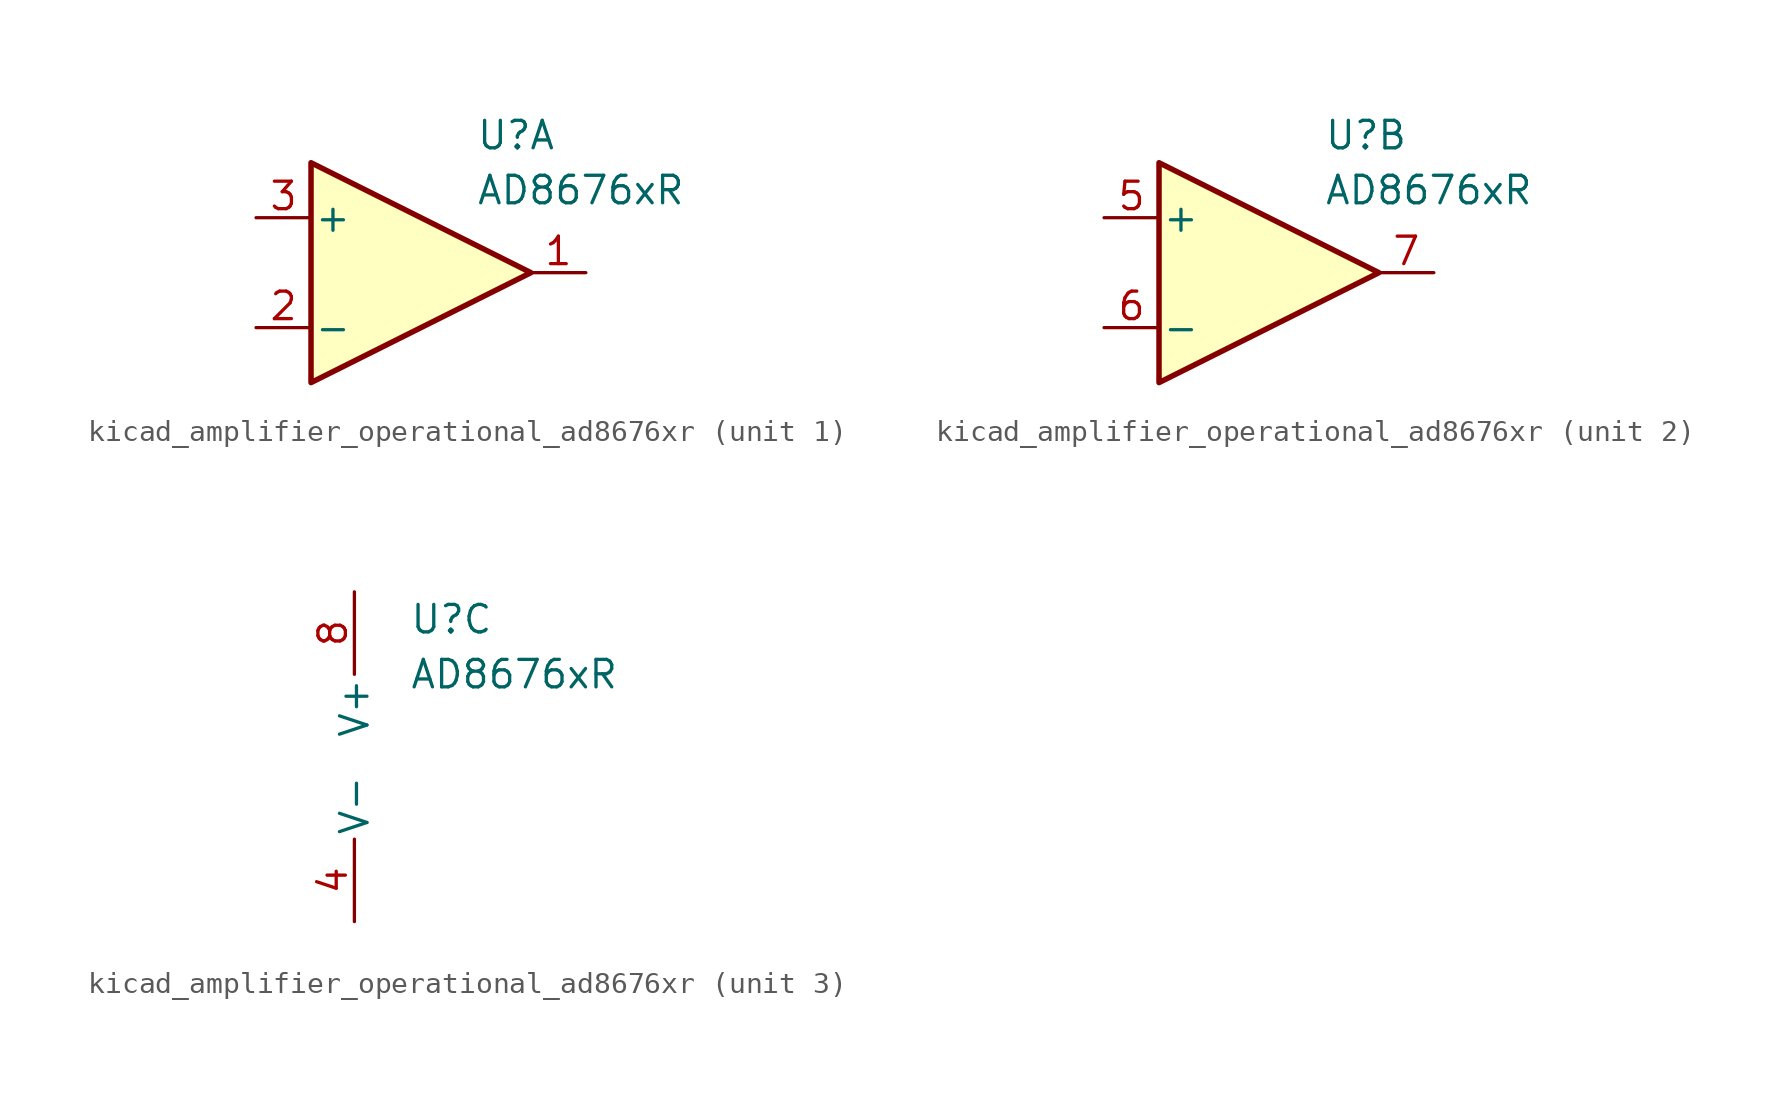
<source format=kicad_sym>
(kicad_symbol_lib
  (version 20220914)
  (generator kicad_symbol_editor)
  (symbol "kicad_amplifier_operational_ad8676xr"
    (pin_names
      (offset 0.127))
    (property "Reference" "U"
      (at 2.54 6.35 0)
      (effects (font (size 1.27 1.27)) (justify left)))
    (property "Value" "AD8676xR"
      (at 2.54 3.81 0)
      (effects (font (size 1.27 1.27)) (justify left)))
    (property "ki_locked" ""
      (at 0 0 0)
      (effects (font (size 1.27 1.27))))
    (symbol "kicad_amplifier_operational_ad8676xr_1_1"
      (polyline (pts (xy 5.08 0) (xy -5.08 5.08) (xy -5.08 -5.08) (xy 5.08 0)) (stroke (width 0.254) (type default)) (fill (type background)))
      (pin output line (at 7.62 0 180) (length 2.54) (name "~" (effects (font (size 1.27 1.27)))) (number "1" (effects (font (size 1.27 1.27)))))
      (pin input line (at -7.62 -2.54 0) (length 2.54) (name "-" (effects (font (size 1.27 1.27)))) (number "2" (effects (font (size 1.27 1.27)))))
      (pin input line (at -7.62 2.54 0) (length 2.54) (name "+" (effects (font (size 1.27 1.27)))) (number "3" (effects (font (size 1.27 1.27))))))
    (symbol "kicad_amplifier_operational_ad8676xr_2_1"
      (polyline (pts (xy 5.08 0) (xy -5.08 5.08) (xy -5.08 -5.08) (xy 5.08 0)) (stroke (width 0.254) (type default)) (fill (type background)))
      (pin input line (at -7.62 2.54 0) (length 2.54) (name "+" (effects (font (size 1.27 1.27)))) (number "5" (effects (font (size 1.27 1.27)))))
      (pin input line (at -7.62 -2.54 0) (length 2.54) (name "-" (effects (font (size 1.27 1.27)))) (number "6" (effects (font (size 1.27 1.27)))))
      (pin output line (at 7.62 0 180) (length 2.54) (name "~" (effects (font (size 1.27 1.27)))) (number "7" (effects (font (size 1.27 1.27))))))
    (symbol "kicad_amplifier_operational_ad8676xr_3_1"
      (pin power_in line (at 0 -7.62 90) (length 3.81) (name "V-" (effects (font (size 1.27 1.27)))) (number "4" (effects (font (size 1.27 1.27)))))
      (pin power_in line (at 0 7.62 270) (length 3.81) (name "V+" (effects (font (size 1.27 1.27)))) (number "8" (effects (font (size 1.27 1.27))))))))
</source>
